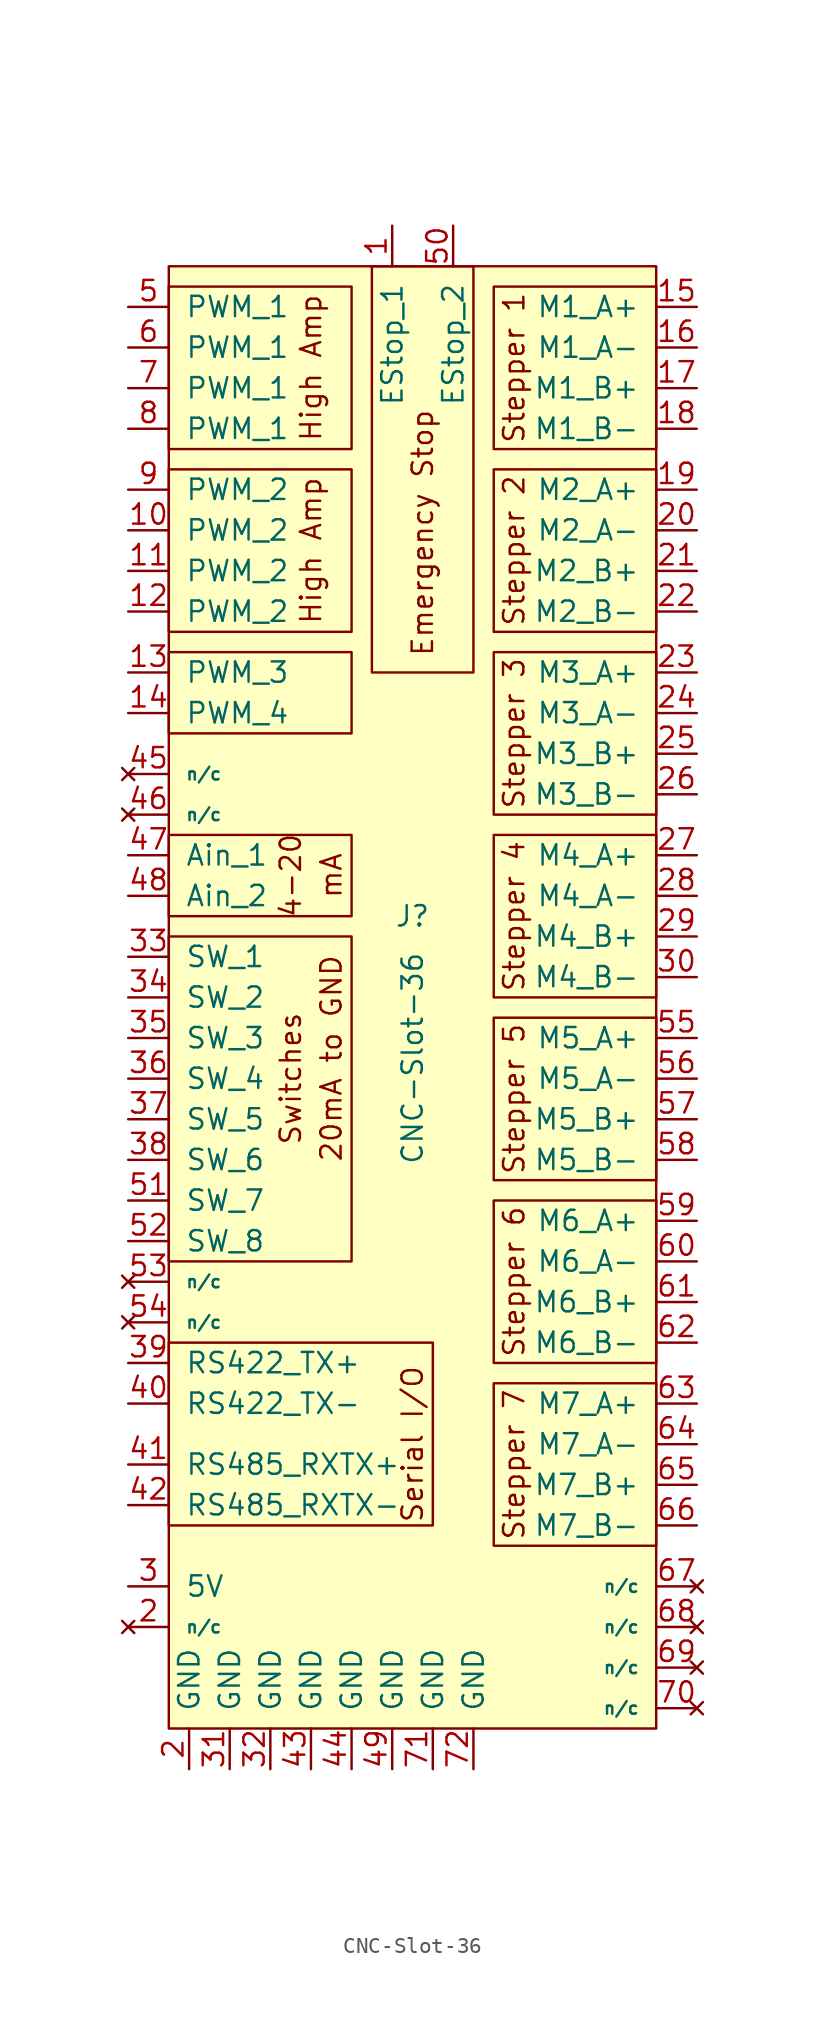
<source format=kicad_sym>
(kicad_symbol_lib
  (version 20220914)
  (generator kicad_symbol_editor)
  (symbol "CNC-Slot-36"
    (pin_names
      (offset 1.016))
    (property "Reference" "J"
      (at 0 5.08 0)
      (effects (font (size 1.27 1.27))))
    (property "Value" "CNC-Slot-36"
      (at 0 -3.81 90)
      (effects (font (size 1.27 1.27))))
    (symbol "CNC-Slot-36_0_0"
      (rectangle (start -15.24 3.81) (end -3.81 -16.51) (stroke (width 0) (type solid)) (fill (type none)))
      (rectangle (start -15.24 10.16) (end -3.81 5.08) (stroke (width 0) (type solid)) (fill (type none)))
      (rectangle (start -15.24 21.59) (end -3.81 16.51) (stroke (width 0) (type solid)) (fill (type none)))
      (rectangle (start -15.24 33.02) (end -3.81 22.86) (stroke (width 0) (type solid)) (fill (type none)))
      (rectangle (start -15.24 44.45) (end -3.81 34.29) (stroke (width 0) (type solid)) (fill (type none)))
      (rectangle (start -2.54 45.72) (end 3.81 20.32) (stroke (width 0) (type solid)) (fill (type none)))
      (rectangle (start 15.24 -24.13) (end 5.08 -34.29) (stroke (width 0) (type solid)) (fill (type none)))
      (rectangle (start 15.24 -12.7) (end 5.08 -22.86) (stroke (width 0) (type solid)) (fill (type none)))
      (rectangle (start 15.24 -1.27) (end 5.08 -11.43) (stroke (width 0) (type solid)) (fill (type none)))
      (rectangle (start 15.24 10.16) (end 5.08 0) (stroke (width 0) (type solid)) (fill (type none)))
      (rectangle (start 15.24 21.59) (end 5.08 11.43) (stroke (width 0) (type solid)) (fill (type none)))
      (rectangle (start 15.24 33.02) (end 5.08 22.86) (stroke (width 0) (type solid)) (fill (type none)))
      (text "20mA to GND" (at -5.08 -3.81 900) (effects (font (size 1.27 1.27))))
      (text "4-20" (at -7.62 7.62 900) (effects (font (size 1.27 1.27))))
      (text "Emergency Stop" (at 0.635 36.83 900) (effects (font (size 1.27 1.27)) (justify right)))
      (text "High Amp" (at -6.35 27.94 900) (effects (font (size 1.27 1.27))))
      (text "High Amp" (at -6.35 39.37 900) (effects (font (size 1.27 1.27))))
      (text "mA" (at -5.08 7.62 900) (effects (font (size 1.27 1.27))))
      (text "Serial I/O" (at 0 -27.94 900) (effects (font (size 1.27 1.27))))
      (text "Stepper 1" (at 6.35 39.37 900) (effects (font (size 1.27 1.27))))
      (text "Stepper 2" (at 6.35 27.94 900) (effects (font (size 1.27 1.27))))
      (text "Stepper 3" (at 6.35 16.51 900) (effects (font (size 1.27 1.27))))
      (text "Stepper 4" (at 6.35 5.08 900) (effects (font (size 1.27 1.27))))
      (text "Stepper 5" (at 6.35 -6.35 900) (effects (font (size 1.27 1.27))))
      (text "Stepper 6" (at 6.35 -17.78 900) (effects (font (size 1.27 1.27))))
      (text "Stepper 7" (at 6.35 -29.21 900) (effects (font (size 1.27 1.27))))
      (text "Switches" (at -7.62 -5.08 900) (effects (font (size 1.27 1.27)))))
    (symbol "CNC-Slot-36_0_1"
      (rectangle (start -15.24 -21.59) (end 1.27 -33.02) (stroke (width 0) (type solid)) (fill (type none)))
      (rectangle (start -15.24 45.72) (end 15.24 -45.72) (stroke (width 0) (type solid)) (fill (type background)))
      (rectangle (start 15.24 44.45) (end 5.08 34.29) (stroke (width 0) (type solid)) (fill (type none))))
    (symbol "CNC-Slot-36_1_1"
      (pin passive line (at -1.27 48.26 270) (length 2.54) (name "EStop_1" (effects (font (size 1.27 1.27)))) (number "1" (effects (font (size 1.27 1.27)))))
      (pin output line (at -17.78 29.21 0) (length 2.54) (name "PWM_2" (effects (font (size 1.27 1.27)))) (number "10" (effects (font (size 1.27 1.27)))))
      (pin output line (at -17.78 26.67 0) (length 2.54) (name "PWM_2" (effects (font (size 1.27 1.27)))) (number "11" (effects (font (size 1.27 1.27)))))
      (pin output line (at -17.78 24.13 0) (length 2.54) (name "PWM_2" (effects (font (size 1.27 1.27)))) (number "12" (effects (font (size 1.27 1.27)))))
      (pin open_collector line (at -17.78 20.32 0) (length 2.54) (name "PWM_3" (effects (font (size 1.27 1.27)))) (number "13" (effects (font (size 1.27 1.27)))))
      (pin open_collector line (at -17.78 17.78 0) (length 2.54) (name "PWM_4" (effects (font (size 1.27 1.27)))) (number "14" (effects (font (size 1.27 1.27)))))
      (pin output line (at 17.78 43.18 180) (length 2.54) (name "M1_A+" (effects (font (size 1.27 1.27)))) (number "15" (effects (font (size 1.27 1.27)))))
      (pin output line (at 17.78 40.64 180) (length 2.54) (name "M1_A-" (effects (font (size 1.27 1.27)))) (number "16" (effects (font (size 1.27 1.27)))))
      (pin output line (at 17.78 38.1 180) (length 2.54) (name "M1_B+" (effects (font (size 1.27 1.27)))) (number "17" (effects (font (size 1.27 1.27)))))
      (pin output line (at 17.78 35.56 180) (length 2.54) (name "M1_B-" (effects (font (size 1.27 1.27)))) (number "18" (effects (font (size 1.27 1.27)))))
      (pin output line (at 17.78 31.75 180) (length 2.54) (name "M2_A+" (effects (font (size 1.27 1.27)))) (number "19" (effects (font (size 1.27 1.27)))))
      (pin power_out line (at -13.97 -48.26 90) (length 2.54) (name "GND" (effects (font (size 1.27 1.27)))) (number "2" (effects (font (size 1.27 1.27)))))
      (pin no_connect line (at -17.78 -39.37 0) (length 2.54) (name "n/c" (effects (font (size 0.762 0.762)))) (number "2" (effects (font (size 1.27 1.27)))))
      (pin output line (at 17.78 29.21 180) (length 2.54) (name "M2_A-" (effects (font (size 1.27 1.27)))) (number "20" (effects (font (size 1.27 1.27)))))
      (pin output line (at 17.78 26.67 180) (length 2.54) (name "M2_B+" (effects (font (size 1.27 1.27)))) (number "21" (effects (font (size 1.27 1.27)))))
      (pin output line (at 17.78 24.13 180) (length 2.54) (name "M2_B-" (effects (font (size 1.27 1.27)))) (number "22" (effects (font (size 1.27 1.27)))))
      (pin output line (at 17.78 20.32 180) (length 2.54) (name "M3_A+" (effects (font (size 1.27 1.27)))) (number "23" (effects (font (size 1.27 1.27)))))
      (pin output line (at 17.78 17.78 180) (length 2.54) (name "M3_A-" (effects (font (size 1.27 1.27)))) (number "24" (effects (font (size 1.27 1.27)))))
      (pin output line (at 17.78 15.24 180) (length 2.54) (name "M3_B+" (effects (font (size 1.27 1.27)))) (number "25" (effects (font (size 1.27 1.27)))))
      (pin output line (at 17.78 12.7 180) (length 2.54) (name "M3_B-" (effects (font (size 1.27 1.27)))) (number "26" (effects (font (size 1.27 1.27)))))
      (pin output line (at 17.78 8.89 180) (length 2.54) (name "M4_A+" (effects (font (size 1.27 1.27)))) (number "27" (effects (font (size 1.27 1.27)))))
      (pin output line (at 17.78 6.35 180) (length 2.54) (name "M4_A-" (effects (font (size 1.27 1.27)))) (number "28" (effects (font (size 1.27 1.27)))))
      (pin output line (at 17.78 3.81 180) (length 2.54) (name "M4_B+" (effects (font (size 1.27 1.27)))) (number "29" (effects (font (size 1.27 1.27)))))
      (pin power_out line (at -17.78 -36.83 0) (length 2.54) (name "5V" (effects (font (size 1.27 1.27)))) (number "3" (effects (font (size 1.27 1.27)))))
      (pin output line (at 17.78 1.27 180) (length 2.54) (name "M4_B-" (effects (font (size 1.27 1.27)))) (number "30" (effects (font (size 1.27 1.27)))))
      (pin power_out line (at -11.43 -48.26 90) (length 2.54) (name "GND" (effects (font (size 1.27 1.27)))) (number "31" (effects (font (size 1.27 1.27)))))
      (pin power_out line (at -8.89 -48.26 90) (length 2.54) (name "GND" (effects (font (size 1.27 1.27)))) (number "32" (effects (font (size 1.27 1.27)))))
      (pin input line (at -17.78 2.54 0) (length 2.54) (name "SW_1" (effects (font (size 1.27 1.27)))) (number "33" (effects (font (size 1.27 1.27)))))
      (pin input line (at -17.78 0 0) (length 2.54) (name "SW_2" (effects (font (size 1.27 1.27)))) (number "34" (effects (font (size 1.27 1.27)))))
      (pin input line (at -17.78 -2.54 0) (length 2.54) (name "SW_3" (effects (font (size 1.27 1.27)))) (number "35" (effects (font (size 1.27 1.27)))))
      (pin input line (at -17.78 -5.08 0) (length 2.54) (name "SW_4" (effects (font (size 1.27 1.27)))) (number "36" (effects (font (size 1.27 1.27)))))
      (pin input line (at -17.78 -7.62 0) (length 2.54) (name "SW_5" (effects (font (size 1.27 1.27)))) (number "37" (effects (font (size 1.27 1.27)))))
      (pin input line (at -17.78 -10.16 0) (length 2.54) (name "SW_6" (effects (font (size 1.27 1.27)))) (number "38" (effects (font (size 1.27 1.27)))))
      (pin output line (at -17.78 -22.86 0) (length 2.54) (name "RS422_TX+" (effects (font (size 1.27 1.27)))) (number "39" (effects (font (size 1.27 1.27)))))
      (pin output line (at -17.78 -25.4 0) (length 2.54) (name "RS422_TX-" (effects (font (size 1.27 1.27)))) (number "40" (effects (font (size 1.27 1.27)))))
      (pin bidirectional line (at -17.78 -29.21 0) (length 2.54) (name "RS485_RXTX+" (effects (font (size 1.27 1.27)))) (number "41" (effects (font (size 1.27 1.27)))))
      (pin bidirectional line (at -17.78 -31.75 0) (length 2.54) (name "RS485_RXTX-" (effects (font (size 1.27 1.27)))) (number "42" (effects (font (size 1.27 1.27)))))
      (pin power_out line (at -6.35 -48.26 90) (length 2.54) (name "GND" (effects (font (size 1.27 1.27)))) (number "43" (effects (font (size 1.27 1.27)))))
      (pin power_out line (at -3.81 -48.26 90) (length 2.54) (name "GND" (effects (font (size 1.27 1.27)))) (number "44" (effects (font (size 1.27 1.27)))))
      (pin no_connect line (at -17.78 13.97 0) (length 2.54) (name "n/c" (effects (font (size 0.762 0.762)))) (number "45" (effects (font (size 1.27 1.27)))))
      (pin no_connect line (at -17.78 11.43 0) (length 2.54) (name "n/c" (effects (font (size 0.762 0.762)))) (number "46" (effects (font (size 1.27 1.27)))))
      (pin input line (at -17.78 8.89 0) (length 2.54) (name "Ain_1" (effects (font (size 1.27 1.27)))) (number "47" (effects (font (size 1.27 1.27)))))
      (pin input line (at -17.78 6.35 0) (length 2.54) (name "Ain_2" (effects (font (size 1.27 1.27)))) (number "48" (effects (font (size 1.27 1.27)))))
      (pin power_out line (at -1.27 -48.26 90) (length 2.54) (name "GND" (effects (font (size 1.27 1.27)))) (number "49" (effects (font (size 1.27 1.27)))))
      (pin output line (at -17.78 43.18 0) (length 2.54) (name "PWM_1" (effects (font (size 1.27 1.27)))) (number "5" (effects (font (size 1.27 1.27)))))
      (pin passive line (at 2.54 48.26 270) (length 2.54) (name "EStop_2" (effects (font (size 1.27 1.27)))) (number "50" (effects (font (size 1.27 1.27)))))
      (pin input line (at -17.78 -12.7 0) (length 2.54) (name "SW_7" (effects (font (size 1.27 1.27)))) (number "51" (effects (font (size 1.27 1.27)))))
      (pin input line (at -17.78 -15.24 0) (length 2.54) (name "SW_8" (effects (font (size 1.27 1.27)))) (number "52" (effects (font (size 1.27 1.27)))))
      (pin no_connect line (at -17.78 -17.78 0) (length 2.54) (name "n/c" (effects (font (size 0.762 0.762)))) (number "53" (effects (font (size 1.27 1.27)))))
      (pin no_connect line (at -17.78 -20.32 0) (length 2.54) (name "n/c" (effects (font (size 0.762 0.762)))) (number "54" (effects (font (size 1.27 1.27)))))
      (pin output line (at 17.78 -2.54 180) (length 2.54) (name "M5_A+" (effects (font (size 1.27 1.27)))) (number "55" (effects (font (size 1.27 1.27)))))
      (pin output line (at 17.78 -5.08 180) (length 2.54) (name "M5_A-" (effects (font (size 1.27 1.27)))) (number "56" (effects (font (size 1.27 1.27)))))
      (pin output line (at 17.78 -7.62 180) (length 2.54) (name "M5_B+" (effects (font (size 1.27 1.27)))) (number "57" (effects (font (size 1.27 1.27)))))
      (pin output line (at 17.78 -10.16 180) (length 2.54) (name "M5_B-" (effects (font (size 1.27 1.27)))) (number "58" (effects (font (size 1.27 1.27)))))
      (pin output line (at 17.78 -13.97 180) (length 2.54) (name "M6_A+" (effects (font (size 1.27 1.27)))) (number "59" (effects (font (size 1.27 1.27)))))
      (pin output line (at -17.78 40.64 0) (length 2.54) (name "PWM_1" (effects (font (size 1.27 1.27)))) (number "6" (effects (font (size 1.27 1.27)))))
      (pin output line (at 17.78 -16.51 180) (length 2.54) (name "M6_A-" (effects (font (size 1.27 1.27)))) (number "60" (effects (font (size 1.27 1.27)))))
      (pin output line (at 17.78 -19.05 180) (length 2.54) (name "M6_B+" (effects (font (size 1.27 1.27)))) (number "61" (effects (font (size 1.27 1.27)))))
      (pin output line (at 17.78 -21.59 180) (length 2.54) (name "M6_B-" (effects (font (size 1.27 1.27)))) (number "62" (effects (font (size 1.27 1.27)))))
      (pin output line (at 17.78 -25.4 180) (length 2.54) (name "M7_A+" (effects (font (size 1.27 1.27)))) (number "63" (effects (font (size 1.27 1.27)))))
      (pin output line (at 17.78 -27.94 180) (length 2.54) (name "M7_A-" (effects (font (size 1.27 1.27)))) (number "64" (effects (font (size 1.27 1.27)))))
      (pin output line (at 17.78 -30.48 180) (length 2.54) (name "M7_B+" (effects (font (size 1.27 1.27)))) (number "65" (effects (font (size 1.27 1.27)))))
      (pin output line (at 17.78 -33.02 180) (length 2.54) (name "M7_B-" (effects (font (size 1.27 1.27)))) (number "66" (effects (font (size 1.27 1.27)))))
      (pin no_connect line (at 17.78 -36.83 180) (length 2.54) (name "n/c" (effects (font (size 0.762 0.762)))) (number "67" (effects (font (size 1.27 1.27)))))
      (pin no_connect line (at 17.78 -39.37 180) (length 2.54) (name "n/c" (effects (font (size 0.762 0.762)))) (number "68" (effects (font (size 1.27 1.27)))))
      (pin no_connect line (at 17.78 -41.91 180) (length 2.54) (name "n/c" (effects (font (size 0.762 0.762)))) (number "69" (effects (font (size 1.27 1.27)))))
      (pin output line (at -17.78 38.1 0) (length 2.54) (name "PWM_1" (effects (font (size 1.27 1.27)))) (number "7" (effects (font (size 1.27 1.27)))))
      (pin no_connect line (at 17.78 -44.45 180) (length 2.54) (name "n/c" (effects (font (size 0.762 0.762)))) (number "70" (effects (font (size 1.27 1.27)))))
      (pin power_out line (at 1.27 -48.26 90) (length 2.54) (name "GND" (effects (font (size 1.27 1.27)))) (number "71" (effects (font (size 1.27 1.27)))))
      (pin power_out line (at 3.81 -48.26 90) (length 2.54) (name "GND" (effects (font (size 1.27 1.27)))) (number "72" (effects (font (size 1.27 1.27)))))
      (pin output line (at -17.78 35.56 0) (length 2.54) (name "PWM_1" (effects (font (size 1.27 1.27)))) (number "8" (effects (font (size 1.27 1.27)))))
      (pin output line (at -17.78 31.75 0) (length 2.54) (name "PWM_2" (effects (font (size 1.27 1.27)))) (number "9" (effects (font (size 1.27 1.27))))))))
</source>
